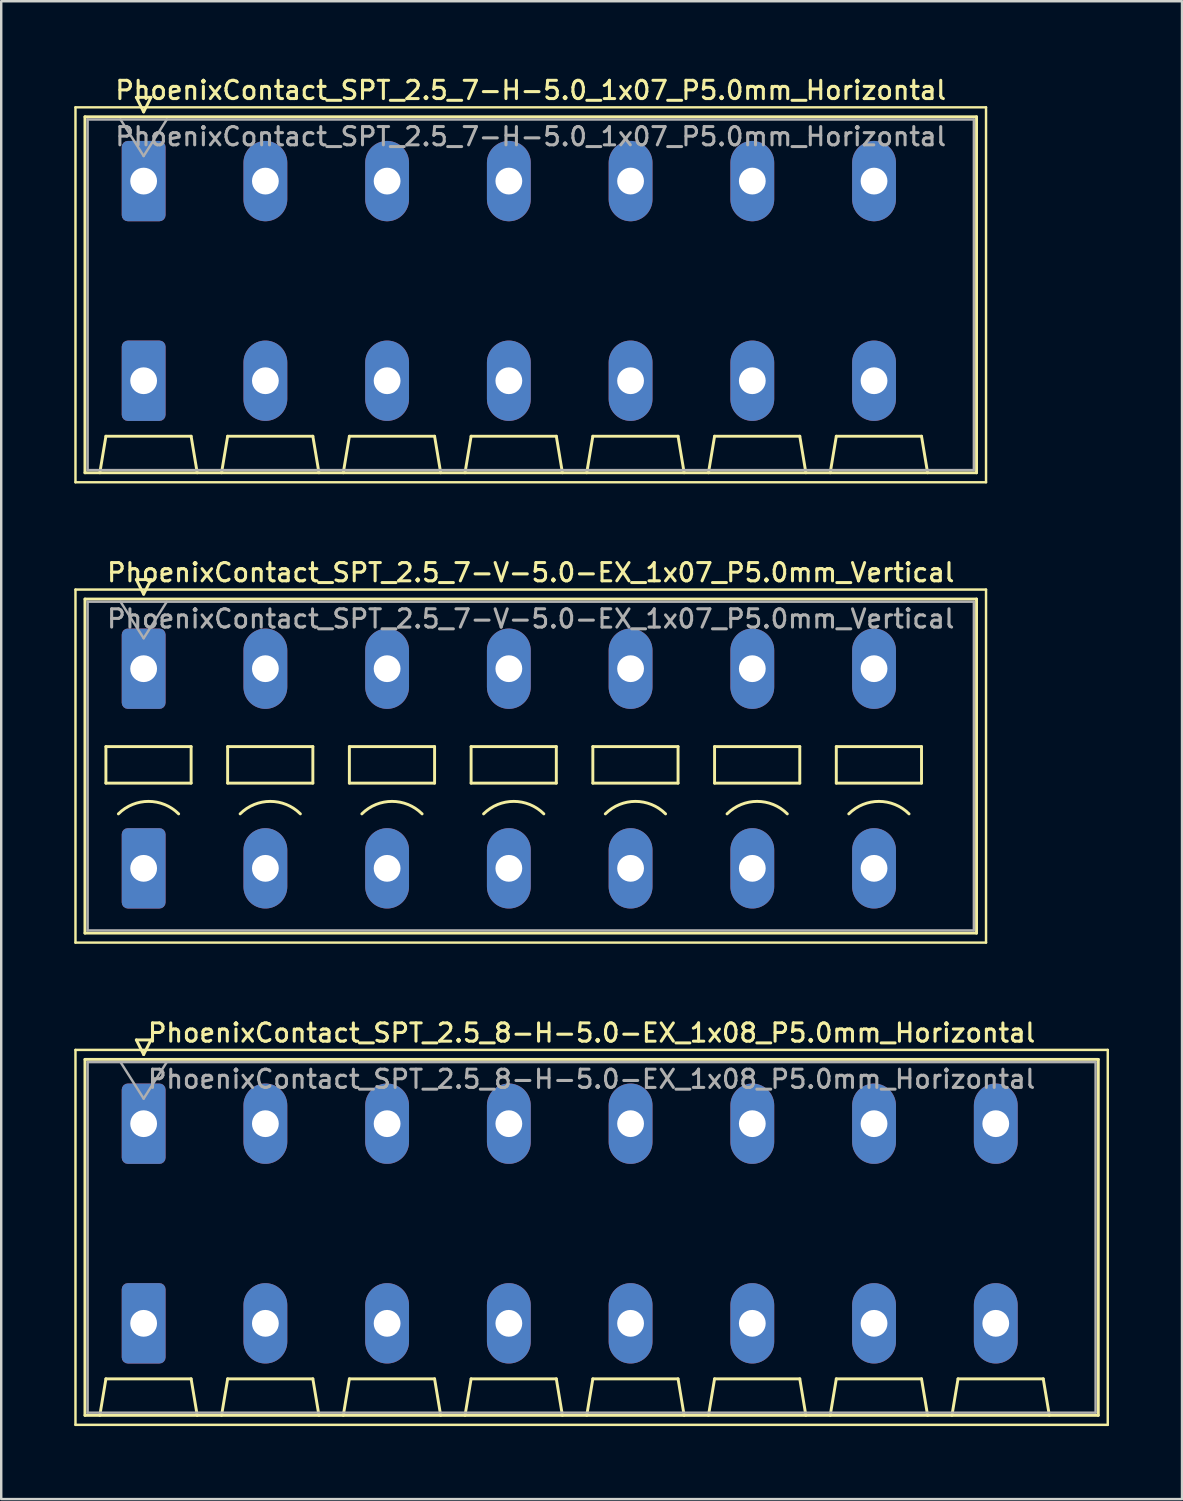
<source format=kicad_pcb>
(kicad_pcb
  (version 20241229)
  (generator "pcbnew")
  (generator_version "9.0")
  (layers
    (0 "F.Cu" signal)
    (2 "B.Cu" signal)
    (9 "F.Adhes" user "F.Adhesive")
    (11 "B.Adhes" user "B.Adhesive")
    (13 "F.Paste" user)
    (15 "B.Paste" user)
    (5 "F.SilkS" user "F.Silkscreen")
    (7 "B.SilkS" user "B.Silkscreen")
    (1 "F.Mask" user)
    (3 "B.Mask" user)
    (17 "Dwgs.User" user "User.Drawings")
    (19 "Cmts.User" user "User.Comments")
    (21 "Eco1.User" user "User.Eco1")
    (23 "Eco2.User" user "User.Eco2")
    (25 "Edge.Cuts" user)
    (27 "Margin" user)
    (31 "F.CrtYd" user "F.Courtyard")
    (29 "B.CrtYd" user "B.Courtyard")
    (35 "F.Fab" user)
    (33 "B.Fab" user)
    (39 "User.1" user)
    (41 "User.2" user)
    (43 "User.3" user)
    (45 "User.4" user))
  (footprint "PhoenixContact_SPT_2.5_7-H-5.0_1x07_P5.0mm_Horizontal"
    (layer "F.Cu")
    (at 2.85 4.388)
    (property "Reference" "PhoenixContact_SPT_2.5_7-H-5.0_1x07_P5.0mm_Horizontal" (at 15.9 -3.73 0) (layer "F.SilkS") (effects (font (size 0.75 0.75) (thickness 0.125))))
    (attr through_hole)
    (fp_line (start -2.8 -3.03) (end -2.8 12.37) (stroke (width 0.1) (type solid)) (layer "F.SilkS"))
    (fp_line (start -2.8 12.37) (end 34.6 12.37) (stroke (width 0.1) (type solid)) (layer "F.SilkS"))
    (fp_line (start -2.41 -2.64) (end 34.21 -2.64) (stroke (width 0.12) (type solid)) (layer "F.SilkS"))
    (fp_line (start -2.41 11.98) (end -2.41 -2.64) (stroke (width 0.12) (type solid)) (layer "F.SilkS"))
    (fp_line (start -1.8 11.98) (end -1.55 10.48) (stroke (width 0.12) (type solid)) (layer "F.SilkS"))
    (fp_line (start -1.55 10.48) (end 1.95 10.48) (stroke (width 0.12) (type solid)) (layer "F.SilkS"))
    (fp_line (start -0.3 -3.44) (end 0 -2.84) (stroke (width 0.12) (type solid)) (layer "F.SilkS"))
    (fp_line (start -0.3 -3.44) (end 0.3 -3.44) (stroke (width 0.12) (type solid)) (layer "F.SilkS"))
    (fp_line (start 0.3 -3.44) (end 0 -2.84) (stroke (width 0.12) (type solid)) (layer "F.SilkS"))
    (fp_line (start 2.2 11.98) (end 1.95 10.48) (stroke (width 0.12) (type solid)) (layer "F.SilkS"))
    (fp_line (start 3.2 11.98) (end 3.45 10.48) (stroke (width 0.12) (type solid)) (layer "F.SilkS"))
    (fp_line (start 3.45 10.48) (end 6.95 10.48) (stroke (width 0.12) (type solid)) (layer "F.SilkS"))
    (fp_line (start 7.2 11.98) (end 6.95 10.48) (stroke (width 0.12) (type solid)) (layer "F.SilkS"))
    (fp_line (start 8.2 11.98) (end 8.45 10.48) (stroke (width 0.12) (type solid)) (layer "F.SilkS"))
    (fp_line (start 8.45 10.48) (end 11.95 10.48) (stroke (width 0.12) (type solid)) (layer "F.SilkS"))
    (fp_line (start 12.2 11.98) (end 11.95 10.48) (stroke (width 0.12) (type solid)) (layer "F.SilkS"))
    (fp_line (start 13.2 11.98) (end 13.45 10.48) (stroke (width 0.12) (type solid)) (layer "F.SilkS"))
    (fp_line (start 13.45 10.48) (end 16.95 10.48) (stroke (width 0.12) (type solid)) (layer "F.SilkS"))
    (fp_line (start 17.2 11.98) (end 16.95 10.48) (stroke (width 0.12) (type solid)) (layer "F.SilkS"))
    (fp_line (start 18.2 11.98) (end 18.45 10.48) (stroke (width 0.12) (type solid)) (layer "F.SilkS"))
    (fp_line (start 18.45 10.48) (end 21.95 10.48) (stroke (width 0.12) (type solid)) (layer "F.SilkS"))
    (fp_line (start 22.2 11.98) (end 21.95 10.48) (stroke (width 0.12) (type solid)) (layer "F.SilkS"))
    (fp_line (start 23.2 11.98) (end 23.45 10.48) (stroke (width 0.12) (type solid)) (layer "F.SilkS"))
    (fp_line (start 23.45 10.48) (end 26.95 10.48) (stroke (width 0.12) (type solid)) (layer "F.SilkS"))
    (fp_line (start 27.2 11.98) (end 26.95 10.48) (stroke (width 0.12) (type solid)) (layer "F.SilkS"))
    (fp_line (start 28.2 11.98) (end 28.45 10.48) (stroke (width 0.12) (type solid)) (layer "F.SilkS"))
    (fp_line (start 28.45 10.48) (end 31.95 10.48) (stroke (width 0.12) (type solid)) (layer "F.SilkS"))
    (fp_line (start 32.2 11.98) (end 31.95 10.48) (stroke (width 0.12) (type solid)) (layer "F.SilkS"))
    (fp_line (start 34.21 -2.64) (end 34.21 11.98) (stroke (width 0.12) (type solid)) (layer "F.SilkS"))
    (fp_line (start 34.21 11.98) (end -2.41 11.98) (stroke (width 0.12) (type solid)) (layer "F.SilkS"))
    (fp_line (start 34.6 -3.03) (end -2.8 -3.03) (stroke (width 0.1) (type solid)) (layer "F.SilkS"))
    (fp_line (start 34.6 12.37) (end 34.6 -3.03) (stroke (width 0.1) (type solid)) (layer "F.SilkS"))
    (fp_line (start -2.3 -2.53) (end -2.3 11.87) (stroke (width 0.1) (type solid)) (layer "F.Fab"))
    (fp_line (start -2.3 11.87) (end 34.1 11.87) (stroke (width 0.1) (type solid)) (layer "F.Fab"))
    (fp_line (start -0.95 -2.53) (end 0 -1.03) (stroke (width 0.1) (type solid)) (layer "F.Fab"))
    (fp_line (start 0.95 -2.53) (end 0 -1.03) (stroke (width 0.1) (type solid)) (layer "F.Fab"))
    (fp_line (start 34.1 -2.53) (end -2.3 -2.53) (stroke (width 0.1) (type solid)) (layer "F.Fab"))
    (fp_line (start 34.1 11.87) (end 34.1 -2.53) (stroke (width 0.1) (type solid)) (layer "F.Fab"))
    (fp_text user "${REFERENCE}" (at 15.9 -1.83 0) (layer "F.Fab") (effects (font (size 0.75 0.75) (thickness 0.125))))
    (pad "1" thru_hole roundrect (at 0 0) (size 1.8 3.3) (drill 1.1) (layers "*.Cu" "*.Mask") (roundrect_rratio 0.139))
    (pad "1" thru_hole roundrect (at 0 8.2) (size 1.8 3.3) (drill 1.1) (layers "*.Cu" "*.Mask") (roundrect_rratio 0.139))
    (pad "2" thru_hole oval (at 5 0) (size 1.8 3.3) (drill 1.1) (layers "*.Cu" "*.Mask"))
    (pad "2" thru_hole oval (at 5 8.2) (size 1.8 3.3) (drill 1.1) (layers "*.Cu" "*.Mask"))
    (pad "3" thru_hole oval (at 10 0) (size 1.8 3.3) (drill 1.1) (layers "*.Cu" "*.Mask"))
    (pad "3" thru_hole oval (at 10 8.2) (size 1.8 3.3) (drill 1.1) (layers "*.Cu" "*.Mask"))
    (pad "4" thru_hole oval (at 15 0) (size 1.8 3.3) (drill 1.1) (layers "*.Cu" "*.Mask"))
    (pad "4" thru_hole oval (at 15 8.2) (size 1.8 3.3) (drill 1.1) (layers "*.Cu" "*.Mask"))
    (pad "5" thru_hole oval (at 20 0) (size 1.8 3.3) (drill 1.1) (layers "*.Cu" "*.Mask"))
    (pad "5" thru_hole oval (at 20 8.2) (size 1.8 3.3) (drill 1.1) (layers "*.Cu" "*.Mask"))
    (pad "6" thru_hole oval (at 25 0) (size 1.8 3.3) (drill 1.1) (layers "*.Cu" "*.Mask"))
    (pad "6" thru_hole oval (at 25 8.2) (size 1.8 3.3) (drill 1.1) (layers "*.Cu" "*.Mask"))
    (pad "7" thru_hole oval (at 30 0) (size 1.8 3.3) (drill 1.1) (layers "*.Cu" "*.Mask"))
    (pad "7" thru_hole oval (at 30 8.2) (size 1.8 3.3) (drill 1.1) (layers "*.Cu" "*.Mask")))
  (footprint "PhoenixContact_SPT_2.5_8-H-5.0-EX_1x08_P5.0mm_Horizontal"
    (layer "F.Cu")
    (at 2.85 43.104)
    (property "Reference" "PhoenixContact_SPT_2.5_8-H-5.0-EX_1x08_P5.0mm_Horizontal" (at 18.4 -3.73 0) (layer "F.SilkS") (effects (font (size 0.75 0.75) (thickness 0.125))))
    (attr through_hole)
    (fp_line (start -2.8 -3.03) (end -2.8 12.37) (stroke (width 0.1) (type solid)) (layer "F.SilkS"))
    (fp_line (start -2.8 12.37) (end 39.6 12.37) (stroke (width 0.1) (type solid)) (layer "F.SilkS"))
    (fp_line (start -2.41 -2.64) (end 39.21 -2.64) (stroke (width 0.12) (type solid)) (layer "F.SilkS"))
    (fp_line (start -2.41 11.98) (end -2.41 -2.64) (stroke (width 0.12) (type solid)) (layer "F.SilkS"))
    (fp_line (start -1.8 11.98) (end -1.55 10.48) (stroke (width 0.12) (type solid)) (layer "F.SilkS"))
    (fp_line (start -1.55 10.48) (end 1.95 10.48) (stroke (width 0.12) (type solid)) (layer "F.SilkS"))
    (fp_line (start -0.3 -3.44) (end 0 -2.84) (stroke (width 0.12) (type solid)) (layer "F.SilkS"))
    (fp_line (start -0.3 -3.44) (end 0.3 -3.44) (stroke (width 0.12) (type solid)) (layer "F.SilkS"))
    (fp_line (start 0.3 -3.44) (end 0 -2.84) (stroke (width 0.12) (type solid)) (layer "F.SilkS"))
    (fp_line (start 2.2 11.98) (end 1.95 10.48) (stroke (width 0.12) (type solid)) (layer "F.SilkS"))
    (fp_line (start 3.2 11.98) (end 3.45 10.48) (stroke (width 0.12) (type solid)) (layer "F.SilkS"))
    (fp_line (start 3.45 10.48) (end 6.95 10.48) (stroke (width 0.12) (type solid)) (layer "F.SilkS"))
    (fp_line (start 7.2 11.98) (end 6.95 10.48) (stroke (width 0.12) (type solid)) (layer "F.SilkS"))
    (fp_line (start 8.2 11.98) (end 8.45 10.48) (stroke (width 0.12) (type solid)) (layer "F.SilkS"))
    (fp_line (start 8.45 10.48) (end 11.95 10.48) (stroke (width 0.12) (type solid)) (layer "F.SilkS"))
    (fp_line (start 12.2 11.98) (end 11.95 10.48) (stroke (width 0.12) (type solid)) (layer "F.SilkS"))
    (fp_line (start 13.2 11.98) (end 13.45 10.48) (stroke (width 0.12) (type solid)) (layer "F.SilkS"))
    (fp_line (start 13.45 10.48) (end 16.95 10.48) (stroke (width 0.12) (type solid)) (layer "F.SilkS"))
    (fp_line (start 17.2 11.98) (end 16.95 10.48) (stroke (width 0.12) (type solid)) (layer "F.SilkS"))
    (fp_line (start 18.2 11.98) (end 18.45 10.48) (stroke (width 0.12) (type solid)) (layer "F.SilkS"))
    (fp_line (start 18.45 10.48) (end 21.95 10.48) (stroke (width 0.12) (type solid)) (layer "F.SilkS"))
    (fp_line (start 22.2 11.98) (end 21.95 10.48) (stroke (width 0.12) (type solid)) (layer "F.SilkS"))
    (fp_line (start 23.2 11.98) (end 23.45 10.48) (stroke (width 0.12) (type solid)) (layer "F.SilkS"))
    (fp_line (start 23.45 10.48) (end 26.95 10.48) (stroke (width 0.12) (type solid)) (layer "F.SilkS"))
    (fp_line (start 27.2 11.98) (end 26.95 10.48) (stroke (width 0.12) (type solid)) (layer "F.SilkS"))
    (fp_line (start 28.2 11.98) (end 28.45 10.48) (stroke (width 0.12) (type solid)) (layer "F.SilkS"))
    (fp_line (start 28.45 10.48) (end 31.95 10.48) (stroke (width 0.12) (type solid)) (layer "F.SilkS"))
    (fp_line (start 32.2 11.98) (end 31.95 10.48) (stroke (width 0.12) (type solid)) (layer "F.SilkS"))
    (fp_line (start 33.2 11.98) (end 33.45 10.48) (stroke (width 0.12) (type solid)) (layer "F.SilkS"))
    (fp_line (start 33.45 10.48) (end 36.95 10.48) (stroke (width 0.12) (type solid)) (layer "F.SilkS"))
    (fp_line (start 37.2 11.98) (end 36.95 10.48) (stroke (width 0.12) (type solid)) (layer "F.SilkS"))
    (fp_line (start 39.21 -2.64) (end 39.21 11.98) (stroke (width 0.12) (type solid)) (layer "F.SilkS"))
    (fp_line (start 39.21 11.98) (end -2.41 11.98) (stroke (width 0.12) (type solid)) (layer "F.SilkS"))
    (fp_line (start 39.6 -3.03) (end -2.8 -3.03) (stroke (width 0.1) (type solid)) (layer "F.SilkS"))
    (fp_line (start 39.6 12.37) (end 39.6 -3.03) (stroke (width 0.1) (type solid)) (layer "F.SilkS"))
    (fp_line (start -2.3 -2.53) (end -2.3 11.87) (stroke (width 0.1) (type solid)) (layer "F.Fab"))
    (fp_line (start -2.3 11.87) (end 39.1 11.87) (stroke (width 0.1) (type solid)) (layer "F.Fab"))
    (fp_line (start -0.95 -2.53) (end 0 -1.03) (stroke (width 0.1) (type solid)) (layer "F.Fab"))
    (fp_line (start 0.95 -2.53) (end 0 -1.03) (stroke (width 0.1) (type solid)) (layer "F.Fab"))
    (fp_line (start 39.1 -2.53) (end -2.3 -2.53) (stroke (width 0.1) (type solid)) (layer "F.Fab"))
    (fp_line (start 39.1 11.87) (end 39.1 -2.53) (stroke (width 0.1) (type solid)) (layer "F.Fab"))
    (fp_text user "${REFERENCE}" (at 18.4 -1.83 0) (layer "F.Fab") (effects (font (size 0.75 0.75) (thickness 0.125))))
    (pad "1" thru_hole roundrect (at 0 0) (size 1.8 3.3) (drill 1.1) (layers "*.Cu" "*.Mask") (roundrect_rratio 0.139))
    (pad "1" thru_hole roundrect (at 0 8.2) (size 1.8 3.3) (drill 1.1) (layers "*.Cu" "*.Mask") (roundrect_rratio 0.139))
    (pad "2" thru_hole oval (at 5 0) (size 1.8 3.3) (drill 1.1) (layers "*.Cu" "*.Mask"))
    (pad "2" thru_hole oval (at 5 8.2) (size 1.8 3.3) (drill 1.1) (layers "*.Cu" "*.Mask"))
    (pad "3" thru_hole oval (at 10 0) (size 1.8 3.3) (drill 1.1) (layers "*.Cu" "*.Mask"))
    (pad "3" thru_hole oval (at 10 8.2) (size 1.8 3.3) (drill 1.1) (layers "*.Cu" "*.Mask"))
    (pad "4" thru_hole oval (at 15 0) (size 1.8 3.3) (drill 1.1) (layers "*.Cu" "*.Mask"))
    (pad "4" thru_hole oval (at 15 8.2) (size 1.8 3.3) (drill 1.1) (layers "*.Cu" "*.Mask"))
    (pad "5" thru_hole oval (at 20 0) (size 1.8 3.3) (drill 1.1) (layers "*.Cu" "*.Mask"))
    (pad "5" thru_hole oval (at 20 8.2) (size 1.8 3.3) (drill 1.1) (layers "*.Cu" "*.Mask"))
    (pad "6" thru_hole oval (at 25 0) (size 1.8 3.3) (drill 1.1) (layers "*.Cu" "*.Mask"))
    (pad "6" thru_hole oval (at 25 8.2) (size 1.8 3.3) (drill 1.1) (layers "*.Cu" "*.Mask"))
    (pad "7" thru_hole oval (at 30 0) (size 1.8 3.3) (drill 1.1) (layers "*.Cu" "*.Mask"))
    (pad "7" thru_hole oval (at 30 8.2) (size 1.8 3.3) (drill 1.1) (layers "*.Cu" "*.Mask"))
    (pad "8" thru_hole oval (at 35 0) (size 1.8 3.3) (drill 1.1) (layers "*.Cu" "*.Mask"))
    (pad "8" thru_hole oval (at 35 8.2) (size 1.8 3.3) (drill 1.1) (layers "*.Cu" "*.Mask")))
  (footprint "PhoenixContact_SPT_2.5_7-V-5.0-EX_1x07_P5.0mm_Vertical"
    (layer "F.Cu")
    (at 2.85 24.416)
    (property "Reference" "PhoenixContact_SPT_2.5_7-V-5.0-EX_1x07_P5.0mm_Vertical" (at 15.9 -3.95 0) (layer "F.SilkS") (effects (font (size 0.75 0.75) (thickness 0.125))))
    (attr through_hole)
    (fp_line (start -2.8 -3.25) (end -2.8 11.25) (stroke (width 0.1) (type solid)) (layer "F.SilkS"))
    (fp_line (start -2.8 11.25) (end 34.6 11.25) (stroke (width 0.1) (type solid)) (layer "F.SilkS"))
    (fp_line (start -2.41 -2.86) (end 34.21 -2.86) (stroke (width 0.12) (type solid)) (layer "F.SilkS"))
    (fp_line (start -2.41 10.86) (end -2.41 -2.86) (stroke (width 0.12) (type solid)) (layer "F.SilkS"))
    (fp_line (start -1.55 3.2) (end -1.55 4.7) (stroke (width 0.12) (type solid)) (layer "F.SilkS"))
    (fp_line (start -1.55 4.7) (end 1.95 4.7) (stroke (width 0.12) (type solid)) (layer "F.SilkS"))
    (fp_line (start -0.3 -3.66) (end 0 -3.06) (stroke (width 0.12) (type solid)) (layer "F.SilkS"))
    (fp_line (start -0.3 -3.66) (end 0.3 -3.66) (stroke (width 0.12) (type solid)) (layer "F.SilkS"))
    (fp_line (start 0.3 -3.66) (end 0 -3.06) (stroke (width 0.12) (type solid)) (layer "F.SilkS"))
    (fp_line (start 1.95 3.2) (end -1.55 3.2) (stroke (width 0.12) (type solid)) (layer "F.SilkS"))
    (fp_line (start 1.95 4.7) (end 1.95 3.2) (stroke (width 0.12) (type solid)) (layer "F.SilkS"))
    (fp_line (start 3.45 3.2) (end 3.45 4.7) (stroke (width 0.12) (type solid)) (layer "F.SilkS"))
    (fp_line (start 3.45 4.7) (end 6.95 4.7) (stroke (width 0.12) (type solid)) (layer "F.SilkS"))
    (fp_line (start 6.95 3.2) (end 3.45 3.2) (stroke (width 0.12) (type solid)) (layer "F.SilkS"))
    (fp_line (start 6.95 4.7) (end 6.95 3.2) (stroke (width 0.12) (type solid)) (layer "F.SilkS"))
    (fp_line (start 8.45 3.2) (end 8.45 4.7) (stroke (width 0.12) (type solid)) (layer "F.SilkS"))
    (fp_line (start 8.45 4.7) (end 11.95 4.7) (stroke (width 0.12) (type solid)) (layer "F.SilkS"))
    (fp_line (start 11.95 3.2) (end 8.45 3.2) (stroke (width 0.12) (type solid)) (layer "F.SilkS"))
    (fp_line (start 11.95 4.7) (end 11.95 3.2) (stroke (width 0.12) (type solid)) (layer "F.SilkS"))
    (fp_line (start 13.45 3.2) (end 13.45 4.7) (stroke (width 0.12) (type solid)) (layer "F.SilkS"))
    (fp_line (start 13.45 4.7) (end 16.95 4.7) (stroke (width 0.12) (type solid)) (layer "F.SilkS"))
    (fp_line (start 16.95 3.2) (end 13.45 3.2) (stroke (width 0.12) (type solid)) (layer "F.SilkS"))
    (fp_line (start 16.95 4.7) (end 16.95 3.2) (stroke (width 0.12) (type solid)) (layer "F.SilkS"))
    (fp_line (start 18.45 3.2) (end 18.45 4.7) (stroke (width 0.12) (type solid)) (layer "F.SilkS"))
    (fp_line (start 18.45 4.7) (end 21.95 4.7) (stroke (width 0.12) (type solid)) (layer "F.SilkS"))
    (fp_line (start 21.95 3.2) (end 18.45 3.2) (stroke (width 0.12) (type solid)) (layer "F.SilkS"))
    (fp_line (start 21.95 4.7) (end 21.95 3.2) (stroke (width 0.12) (type solid)) (layer "F.SilkS"))
    (fp_line (start 23.45 3.2) (end 23.45 4.7) (stroke (width 0.12) (type solid)) (layer "F.SilkS"))
    (fp_line (start 23.45 4.7) (end 26.95 4.7) (stroke (width 0.12) (type solid)) (layer "F.SilkS"))
    (fp_line (start 26.95 3.2) (end 23.45 3.2) (stroke (width 0.12) (type solid)) (layer "F.SilkS"))
    (fp_line (start 26.95 4.7) (end 26.95 3.2) (stroke (width 0.12) (type solid)) (layer "F.SilkS"))
    (fp_line (start 28.45 3.2) (end 28.45 4.7) (stroke (width 0.12) (type solid)) (layer "F.SilkS"))
    (fp_line (start 28.45 4.7) (end 31.95 4.7) (stroke (width 0.12) (type solid)) (layer "F.SilkS"))
    (fp_line (start 31.95 3.2) (end 28.45 3.2) (stroke (width 0.12) (type solid)) (layer "F.SilkS"))
    (fp_line (start 31.95 4.7) (end 31.95 3.2) (stroke (width 0.12) (type solid)) (layer "F.SilkS"))
    (fp_line (start 34.21 -2.86) (end 34.21 10.86) (stroke (width 0.12) (type solid)) (layer "F.SilkS"))
    (fp_line (start 34.21 10.86) (end -2.41 10.86) (stroke (width 0.12) (type solid)) (layer "F.SilkS"))
    (fp_line (start 34.6 -3.25) (end -2.8 -3.25) (stroke (width 0.1) (type solid)) (layer "F.SilkS"))
    (fp_line (start 34.6 11.25) (end 34.6 -3.25) (stroke (width 0.1) (type solid)) (layer "F.SilkS"))
    (fp_arc (start -1.037437 5.962563) (mid 0.2 5.45) (end 1.437437 5.962563) (stroke (width 0.12) (type solid)) (layer "F.SilkS"))
    (fp_arc (start 3.962563 5.962563) (mid 5.2 5.45) (end 6.437437 5.962563) (stroke (width 0.12) (type solid)) (layer "F.SilkS"))
    (fp_arc (start 8.962563 5.962563) (mid 10.2 5.45) (end 11.437437 5.962563) (stroke (width 0.12) (type solid)) (layer "F.SilkS"))
    (fp_arc (start 13.962563 5.962563) (mid 15.2 5.45) (end 16.437437 5.962563) (stroke (width 0.12) (type solid)) (layer "F.SilkS"))
    (fp_arc (start 18.962563 5.962563) (mid 20.2 5.45) (end 21.437437 5.962563) (stroke (width 0.12) (type solid)) (layer "F.SilkS"))
    (fp_arc (start 23.962563 5.962563) (mid 25.2 5.45) (end 26.437437 5.962563) (stroke (width 0.12) (type solid)) (layer "F.SilkS"))
    (fp_arc (start 28.962563 5.962563) (mid 30.2 5.45) (end 31.437437 5.962563) (stroke (width 0.12) (type solid)) (layer "F.SilkS"))
    (fp_line (start -2.3 -2.75) (end -2.3 10.75) (stroke (width 0.1) (type solid)) (layer "F.Fab"))
    (fp_line (start -2.3 10.75) (end 34.1 10.75) (stroke (width 0.1) (type solid)) (layer "F.Fab"))
    (fp_line (start -0.95 -2.75) (end 0 -1.25) (stroke (width 0.1) (type solid)) (layer "F.Fab"))
    (fp_line (start 0.95 -2.75) (end 0 -1.25) (stroke (width 0.1) (type solid)) (layer "F.Fab"))
    (fp_line (start 34.1 -2.75) (end -2.3 -2.75) (stroke (width 0.1) (type solid)) (layer "F.Fab"))
    (fp_line (start 34.1 10.75) (end 34.1 -2.75) (stroke (width 0.1) (type solid)) (layer "F.Fab"))
    (fp_text user "${REFERENCE}" (at 15.9 -2.05 0) (layer "F.Fab") (effects (font (size 0.75 0.75) (thickness 0.125))))
    (pad "1" thru_hole roundrect (at 0 0) (size 1.8 3.3) (drill 1.1) (layers "*.Cu" "*.Mask") (roundrect_rratio 0.139))
    (pad "1" thru_hole roundrect (at 0 8.2) (size 1.8 3.3) (drill 1.1) (layers "*.Cu" "*.Mask") (roundrect_rratio 0.139))
    (pad "2" thru_hole oval (at 5 0) (size 1.8 3.3) (drill 1.1) (layers "*.Cu" "*.Mask"))
    (pad "2" thru_hole oval (at 5 8.2) (size 1.8 3.3) (drill 1.1) (layers "*.Cu" "*.Mask"))
    (pad "3" thru_hole oval (at 10 0) (size 1.8 3.3) (drill 1.1) (layers "*.Cu" "*.Mask"))
    (pad "3" thru_hole oval (at 10 8.2) (size 1.8 3.3) (drill 1.1) (layers "*.Cu" "*.Mask"))
    (pad "4" thru_hole oval (at 15 0) (size 1.8 3.3) (drill 1.1) (layers "*.Cu" "*.Mask"))
    (pad "4" thru_hole oval (at 15 8.2) (size 1.8 3.3) (drill 1.1) (layers "*.Cu" "*.Mask"))
    (pad "5" thru_hole oval (at 20 0) (size 1.8 3.3) (drill 1.1) (layers "*.Cu" "*.Mask"))
    (pad "5" thru_hole oval (at 20 8.2) (size 1.8 3.3) (drill 1.1) (layers "*.Cu" "*.Mask"))
    (pad "6" thru_hole oval (at 25 0) (size 1.8 3.3) (drill 1.1) (layers "*.Cu" "*.Mask"))
    (pad "6" thru_hole oval (at 25 8.2) (size 1.8 3.3) (drill 1.1) (layers "*.Cu" "*.Mask"))
    (pad "7" thru_hole oval (at 30 0) (size 1.8 3.3) (drill 1.1) (layers "*.Cu" "*.Mask"))
    (pad "7" thru_hole oval (at 30 8.2) (size 1.8 3.3) (drill 1.1) (layers "*.Cu" "*.Mask")))
  (gr_rect
    (start -3 -3)
    (end 45.5 58.524)
    (stroke (width 0.1) (type default))
    (fill no)
    (layer "Edge.Cuts")))
</source>
